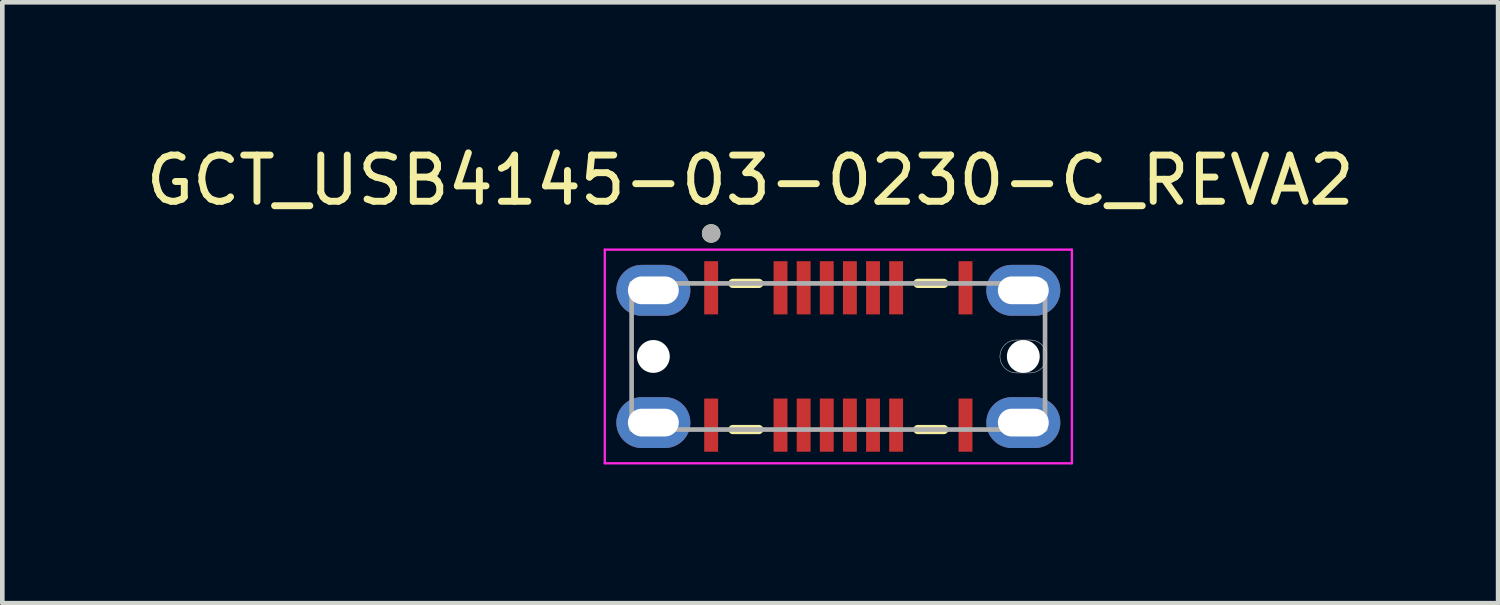
<source format=kicad_pcb>
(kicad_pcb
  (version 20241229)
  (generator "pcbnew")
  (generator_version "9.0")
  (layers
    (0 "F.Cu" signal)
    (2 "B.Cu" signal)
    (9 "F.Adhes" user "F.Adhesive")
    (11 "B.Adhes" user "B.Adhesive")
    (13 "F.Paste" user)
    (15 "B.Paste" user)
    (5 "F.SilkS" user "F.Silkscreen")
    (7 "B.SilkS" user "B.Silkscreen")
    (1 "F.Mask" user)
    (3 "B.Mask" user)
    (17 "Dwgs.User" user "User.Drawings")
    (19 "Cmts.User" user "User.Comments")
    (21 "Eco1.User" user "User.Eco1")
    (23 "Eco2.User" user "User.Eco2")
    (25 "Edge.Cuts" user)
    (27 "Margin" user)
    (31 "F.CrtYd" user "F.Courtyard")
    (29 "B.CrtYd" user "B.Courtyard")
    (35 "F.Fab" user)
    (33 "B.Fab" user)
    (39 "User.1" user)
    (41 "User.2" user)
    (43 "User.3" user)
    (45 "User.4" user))
  (footprint "GCT_USB4145-03-0230-C_REVA2"
    (layer "F.Cu")
    (at 15.078 4.658)
    (property "Reference" "GCT_USB4145-03-0230-C_REVA2" (at -1.905 -3.81 0) (layer "F.SilkS") (effects (font (size 1 1) (thickness 0.15))))
    (attr smd)
    (fp_line (start -2.28 -1.58) (end -1.72 -1.58) (stroke (width 0.2) (type solid)) (layer "F.SilkS"))
    (fp_line (start -2.28 1.58) (end -1.72 1.58) (stroke (width 0.2) (type solid)) (layer "F.SilkS"))
    (fp_line (start 1.72 -1.58) (end 2.28 -1.58) (stroke (width 0.2) (type solid)) (layer "F.SilkS"))
    (fp_line (start 1.72 1.58) (end 2.28 1.58) (stroke (width 0.2) (type solid)) (layer "F.SilkS"))
    (fp_circle (center -2.75 -2.66) (end -2.65 -2.66) (stroke (width 0.2) (type solid)) (fill no) (layer "F.SilkS"))
    (fp_line (start 3.85 -0.355) (end 4.15 -0.355) (stroke (width 0.01) (type solid)) (layer "Edge.Cuts"))
    (fp_line (start 4.15 0.355) (end 3.85 0.355) (stroke (width 0.01) (type solid)) (layer "Edge.Cuts"))
    (fp_arc (start 3.495 0) (mid 3.598977 -0.251023) (end 3.85 -0.355) (stroke (width 0.01) (type solid)) (layer "Edge.Cuts"))
    (fp_arc (start 3.85 0.355) (mid 3.598977 0.251023) (end 3.495 0) (stroke (width 0.01) (type solid)) (layer "Edge.Cuts"))
    (fp_arc (start 4.15 -0.355) (mid 4.401023 -0.251023) (end 4.505 0) (stroke (width 0.01) (type solid)) (layer "Edge.Cuts"))
    (fp_arc (start 4.505 0) (mid 4.401023 0.251023) (end 4.15 0.355) (stroke (width 0.01) (type solid)) (layer "Edge.Cuts"))
    (fp_line (start -5.05 -2.31) (end -5.05 2.31) (stroke (width 0.05) (type solid)) (layer "F.CrtYd"))
    (fp_line (start -5.05 2.31) (end 5.05 2.31) (stroke (width 0.05) (type solid)) (layer "F.CrtYd"))
    (fp_line (start 5.05 -2.31) (end -5.05 -2.31) (stroke (width 0.05) (type solid)) (layer "F.CrtYd"))
    (fp_line (start 5.05 2.31) (end 5.05 -2.31) (stroke (width 0.05) (type solid)) (layer "F.CrtYd"))
    (fp_line (start -4.47 -1.58) (end 4.47 -1.58) (stroke (width 0.1) (type solid)) (layer "F.Fab"))
    (fp_line (start -4.47 1.58) (end -4.47 -1.58) (stroke (width 0.1) (type solid)) (layer "F.Fab"))
    (fp_line (start 4.47 -1.58) (end 4.47 1.58) (stroke (width 0.1) (type solid)) (layer "F.Fab"))
    (fp_line (start 4.47 1.58) (end -4.47 1.58) (stroke (width 0.1) (type solid)) (layer "F.Fab"))
    (fp_circle (center -2.75 -2.66) (end -2.65 -2.66) (stroke (width 0.2) (type solid)) (fill no) (layer "F.Fab"))
    (pad "" np_thru_hole circle (at -4 0) (size 0.71 0.71) (drill 0.71) (layers "*.Cu" "*.Mask"))
    (pad "" np_thru_hole circle (at 4 0) (size 0.71 0.71) (drill 0.71) (layers "*.Cu" "*.Mask"))
    (pad "A1" smd rect (at -2.75 -1.485) (size 0.3 1.15) (layers "F.Cu" "F.Mask" "F.Paste"))
    (pad "A4" smd rect (at -1.25 -1.485) (size 0.3 1.15) (layers "F.Cu" "F.Mask" "F.Paste"))
    (pad "A5" smd rect (at -0.75 -1.485) (size 0.3 1.15) (layers "F.Cu" "F.Mask" "F.Paste"))
    (pad "A6" smd rect (at -0.25 -1.485) (size 0.3 1.15) (layers "F.Cu" "F.Mask" "F.Paste"))
    (pad "A7" smd rect (at 0.25 -1.485) (size 0.3 1.15) (layers "F.Cu" "F.Mask" "F.Paste"))
    (pad "A8" smd rect (at 0.75 -1.485) (size 0.3 1.15) (layers "F.Cu" "F.Mask" "F.Paste"))
    (pad "A9" smd rect (at 1.25 -1.485) (size 0.3 1.15) (layers "F.Cu" "F.Mask" "F.Paste"))
    (pad "A12" smd rect (at 2.75 -1.485) (size 0.3 1.15) (layers "F.Cu" "F.Mask" "F.Paste"))
    (pad "B1" smd rect (at 2.75 1.485) (size 0.3 1.15) (layers "F.Cu" "F.Mask" "F.Paste"))
    (pad "B4" smd rect (at 1.25 1.485) (size 0.3 1.15) (layers "F.Cu" "F.Mask" "F.Paste"))
    (pad "B5" smd rect (at 0.75 1.485) (size 0.3 1.15) (layers "F.Cu" "F.Mask" "F.Paste"))
    (pad "B6" smd rect (at 0.25 1.485) (size 0.3 1.15) (layers "F.Cu" "F.Mask" "F.Paste"))
    (pad "B7" smd rect (at -0.25 1.485) (size 0.3 1.15) (layers "F.Cu" "F.Mask" "F.Paste"))
    (pad "B8" smd rect (at -0.75 1.485) (size 0.3 1.15) (layers "F.Cu" "F.Mask" "F.Paste"))
    (pad "B9" smd rect (at -1.25 1.485) (size 0.3 1.15) (layers "F.Cu" "F.Mask" "F.Paste"))
    (pad "B12" smd rect (at -2.75 1.485) (size 0.3 1.15) (layers "F.Cu" "F.Mask" "F.Paste"))
    (pad "S1" thru_hole oval (at -4 -1.43) (size 1.6 1.1) (drill oval 1.1 0.6) (layers "*.Cu" "*.Mask"))
    (pad "S2" thru_hole oval (at 4 -1.43) (size 1.6 1.1) (drill oval 1.1 0.6) (layers "*.Cu" "*.Mask"))
    (pad "S3" thru_hole oval (at -4 1.43) (size 1.6 1.1) (drill oval 1.1 0.6) (layers "*.Cu" "*.Mask"))
    (pad "S4" thru_hole oval (at 4 1.43) (size 1.6 1.1) (drill oval 1.1 0.6) (layers "*.Cu" "*.Mask")))
  (gr_rect
    (start -3 -3)
    (end 29.345 9.993)
    (stroke (width 0.1) (type default))
    (fill no)
    (layer "Edge.Cuts")))
</source>
